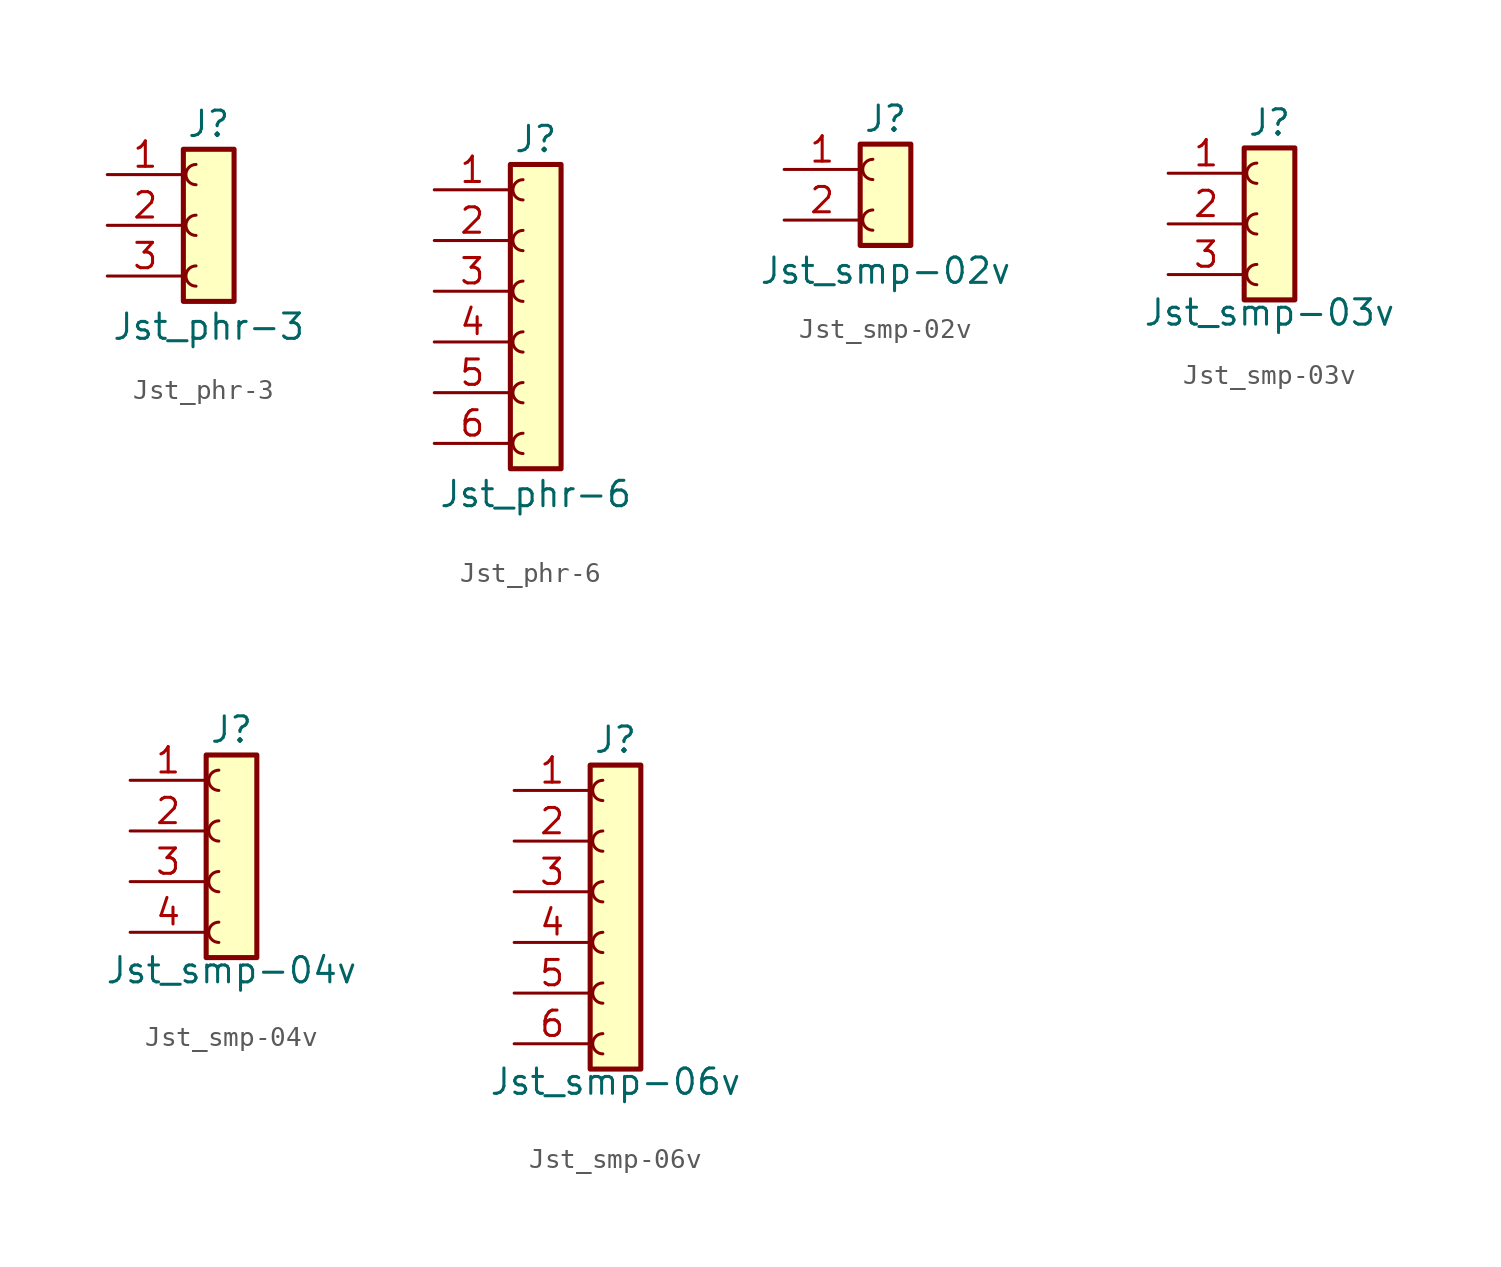
<source format=kicad_sym>
(kicad_symbol_lib
  (version 20211014)
  (generator kicad_symbol_editor)
  (symbol "Jst_phr-3"
    (pin_names
      (offset 1.016) hide)
    (property "Reference" "J"
      (at 0 5.08 0)
      (effects (font (size 1.27 1.27))))
    (property "Value" "Jst_phr-3"
      (at 0 -5.08 0)
      (effects (font (size 1.27 1.27))))
    (symbol "Jst_phr-3_1_1"
      (rectangle (start -1.27 3.81) (end 1.27 -3.81) (stroke (width 0.254) (type default) (color 0 0 0 0)) (fill (type background)))
      (arc (start -0.635 -2.032) (mid -1.143 -2.54) (end -0.635 -3.048) (stroke (width 0) (type default) (color 0 0 0 0)) (fill (type none)))
      (arc (start -0.635 0.508) (mid -1.143 0) (end -0.635 -0.508) (stroke (width 0) (type default) (color 0 0 0 0)) (fill (type none)))
      (arc (start -0.635 3.048) (mid -1.143 2.54) (end -0.635 2.032) (stroke (width 0) (type default) (color 0 0 0 0)) (fill (type none)))
      (pin passive line (at -5.08 2.54 0) (length 3.81) (name "Pin_1" (effects (font (size 1.27 1.27)))) (number "1" (effects (font (size 1.27 1.27)))))
      (pin passive line (at -5.08 0 0) (length 3.81) (name "Pin_2" (effects (font (size 1.27 1.27)))) (number "2" (effects (font (size 1.27 1.27)))))
      (pin passive line (at -5.08 -2.54 0) (length 3.81) (name "Pin_3" (effects (font (size 1.27 1.27)))) (number "3" (effects (font (size 1.27 1.27)))))))
  (symbol "Jst_phr-6"
    (pin_names
      (offset 1.016) hide)
    (property "Reference" "J"
      (at 0 8.89 0)
      (effects (font (size 1.27 1.27))))
    (property "Value" "Jst_phr-6"
      (at 0 -8.89 0)
      (effects (font (size 1.27 1.27))))
    (symbol "Jst_phr-6_1_1"
      (rectangle (start -1.27 7.62) (end 1.27 -7.62) (stroke (width 0.254) (type default) (color 0 0 0 0)) (fill (type background)))
      (arc (start -0.635 -5.842) (mid -1.143 -6.35) (end -0.635 -6.858) (stroke (width 0) (type default) (color 0 0 0 0)) (fill (type none)))
      (arc (start -0.635 -3.302) (mid -1.143 -3.81) (end -0.635 -4.318) (stroke (width 0) (type default) (color 0 0 0 0)) (fill (type none)))
      (arc (start -0.635 -0.762) (mid -1.143 -1.27) (end -0.635 -1.778) (stroke (width 0) (type default) (color 0 0 0 0)) (fill (type none)))
      (arc (start -0.635 1.778) (mid -1.143 1.27) (end -0.635 0.762) (stroke (width 0) (type default) (color 0 0 0 0)) (fill (type none)))
      (arc (start -0.635 4.318) (mid -1.143 3.81) (end -0.635 3.302) (stroke (width 0) (type default) (color 0 0 0 0)) (fill (type none)))
      (arc (start -0.635 6.858) (mid -1.143 6.35) (end -0.635 5.842) (stroke (width 0) (type default) (color 0 0 0 0)) (fill (type none)))
      (pin passive line (at -5.08 6.35 0) (length 3.81) (name "Pin_1" (effects (font (size 1.27 1.27)))) (number "1" (effects (font (size 1.27 1.27)))))
      (pin passive line (at -5.08 3.81 0) (length 3.81) (name "Pin_2" (effects (font (size 1.27 1.27)))) (number "2" (effects (font (size 1.27 1.27)))))
      (pin passive line (at -5.08 1.27 0) (length 3.81) (name "Pin_3" (effects (font (size 1.27 1.27)))) (number "3" (effects (font (size 1.27 1.27)))))
      (pin passive line (at -5.08 -1.27 0) (length 3.81) (name "Pin_4" (effects (font (size 1.27 1.27)))) (number "4" (effects (font (size 1.27 1.27)))))
      (pin passive line (at -5.08 -3.81 0) (length 3.81) (name "Pin_5" (effects (font (size 1.27 1.27)))) (number "5" (effects (font (size 1.27 1.27)))))
      (pin passive line (at -5.08 -6.35 0) (length 3.81) (name "Pin_6" (effects (font (size 1.27 1.27)))) (number "6" (effects (font (size 1.27 1.27)))))))
  (symbol "Jst_smp-02v"
    (pin_names
      (offset 1.016) hide)
    (property "Reference" "J"
      (at 0 5.08 0)
      (effects (font (size 1.27 1.27))))
    (property "Value" "Jst_smp-02v"
      (at 0 -2.54 0)
      (effects (font (size 1.27 1.27))))
    (symbol "Jst_smp-02v_1_1"
      (rectangle (start -1.27 3.81) (end 1.27 -1.27) (stroke (width 0.254) (type default) (color 0 0 0 0)) (fill (type background)))
      (arc (start -0.635 0.508) (mid -1.143 0) (end -0.635 -0.508) (stroke (width 0) (type default) (color 0 0 0 0)) (fill (type none)))
      (arc (start -0.635 3.048) (mid -1.143 2.54) (end -0.635 2.032) (stroke (width 0) (type default) (color 0 0 0 0)) (fill (type none)))
      (pin passive line (at -5.08 2.54 0) (length 3.81) (name "Pin_1" (effects (font (size 1.27 1.27)))) (number "1" (effects (font (size 1.27 1.27)))))
      (pin passive line (at -5.08 0 0) (length 3.81) (name "Pin_2" (effects (font (size 1.27 1.27)))) (number "2" (effects (font (size 1.27 1.27)))))))
  (symbol "Jst_smp-03v"
    (pin_names
      (offset 1.016) hide)
    (property "Reference" "J"
      (at 0 5.08 0)
      (effects (font (size 1.27 1.27))))
    (property "Value" "Jst_smp-03v"
      (at 0 -4.445 0)
      (effects (font (size 1.27 1.27))))
    (symbol "Jst_smp-03v_1_1"
      (rectangle (start -1.27 3.81) (end 1.27 -3.81) (stroke (width 0.254) (type default) (color 0 0 0 0)) (fill (type background)))
      (arc (start -0.635 -2.032) (mid -1.143 -2.54) (end -0.635 -3.048) (stroke (width 0) (type default) (color 0 0 0 0)) (fill (type none)))
      (arc (start -0.635 0.508) (mid -1.143 0) (end -0.635 -0.508) (stroke (width 0) (type default) (color 0 0 0 0)) (fill (type none)))
      (arc (start -0.635 3.048) (mid -1.143 2.54) (end -0.635 2.032) (stroke (width 0) (type default) (color 0 0 0 0)) (fill (type none)))
      (pin passive line (at -5.08 2.54 0) (length 3.81) (name "Pin_1" (effects (font (size 1.27 1.27)))) (number "1" (effects (font (size 1.27 1.27)))))
      (pin passive line (at -5.08 0 0) (length 3.81) (name "Pin_2" (effects (font (size 1.27 1.27)))) (number "2" (effects (font (size 1.27 1.27)))))
      (pin passive line (at -5.08 -2.54 0) (length 3.81) (name "Pin_3" (effects (font (size 1.27 1.27)))) (number "3" (effects (font (size 1.27 1.27)))))))
  (symbol "Jst_smp-04v"
    (pin_names
      (offset 1.016) hide)
    (property "Reference" "J"
      (at 0 6.35 0)
      (effects (font (size 1.27 1.27))))
    (property "Value" "Jst_smp-04v"
      (at 0 -5.715 0)
      (effects (font (size 1.27 1.27))))
    (symbol "Jst_smp-04v_1_1"
      (rectangle (start -1.27 5.08) (end 1.27 -5.08) (stroke (width 0.254) (type default) (color 0 0 0 0)) (fill (type background)))
      (arc (start -0.635 -3.302) (mid -1.143 -3.81) (end -0.635 -4.318) (stroke (width 0) (type default) (color 0 0 0 0)) (fill (type none)))
      (arc (start -0.635 -0.762) (mid -1.143 -1.27) (end -0.635 -1.778) (stroke (width 0) (type default) (color 0 0 0 0)) (fill (type none)))
      (arc (start -0.635 1.778) (mid -1.143 1.27) (end -0.635 0.762) (stroke (width 0) (type default) (color 0 0 0 0)) (fill (type none)))
      (arc (start -0.635 4.318) (mid -1.143 3.81) (end -0.635 3.302) (stroke (width 0) (type default) (color 0 0 0 0)) (fill (type none)))
      (pin passive line (at -5.08 3.81 0) (length 3.81) (name "Pin_1" (effects (font (size 1.27 1.27)))) (number "1" (effects (font (size 1.27 1.27)))))
      (pin passive line (at -5.08 1.27 0) (length 3.81) (name "Pin_2" (effects (font (size 1.27 1.27)))) (number "2" (effects (font (size 1.27 1.27)))))
      (pin passive line (at -5.08 -1.27 0) (length 3.81) (name "Pin_3" (effects (font (size 1.27 1.27)))) (number "3" (effects (font (size 1.27 1.27)))))
      (pin passive line (at -5.08 -3.81 0) (length 3.81) (name "Pin_4" (effects (font (size 1.27 1.27)))) (number "4" (effects (font (size 1.27 1.27)))))))
  (symbol "Jst_smp-06v"
    (pin_names
      (offset 1.016) hide)
    (property "Reference" "J"
      (at 0 8.89 0)
      (effects (font (size 1.27 1.27))))
    (property "Value" "Jst_smp-06v"
      (at 0 -8.255 0)
      (effects (font (size 1.27 1.27))))
    (symbol "Jst_smp-06v_1_1"
      (rectangle (start -1.27 7.62) (end 1.27 -7.62) (stroke (width 0.254) (type default) (color 0 0 0 0)) (fill (type background)))
      (arc (start -0.635 -5.842) (mid -1.143 -6.35) (end -0.635 -6.858) (stroke (width 0) (type default) (color 0 0 0 0)) (fill (type none)))
      (arc (start -0.635 -3.302) (mid -1.143 -3.81) (end -0.635 -4.318) (stroke (width 0) (type default) (color 0 0 0 0)) (fill (type none)))
      (arc (start -0.635 -0.762) (mid -1.143 -1.27) (end -0.635 -1.778) (stroke (width 0) (type default) (color 0 0 0 0)) (fill (type none)))
      (arc (start -0.635 1.778) (mid -1.143 1.27) (end -0.635 0.762) (stroke (width 0) (type default) (color 0 0 0 0)) (fill (type none)))
      (arc (start -0.635 4.318) (mid -1.143 3.81) (end -0.635 3.302) (stroke (width 0) (type default) (color 0 0 0 0)) (fill (type none)))
      (arc (start -0.635 6.858) (mid -1.143 6.35) (end -0.635 5.842) (stroke (width 0) (type default) (color 0 0 0 0)) (fill (type none)))
      (pin passive line (at -5.08 6.35 0) (length 3.81) (name "Pin_1" (effects (font (size 1.27 1.27)))) (number "1" (effects (font (size 1.27 1.27)))))
      (pin passive line (at -5.08 3.81 0) (length 3.81) (name "Pin_2" (effects (font (size 1.27 1.27)))) (number "2" (effects (font (size 1.27 1.27)))))
      (pin passive line (at -5.08 1.27 0) (length 3.81) (name "Pin_3" (effects (font (size 1.27 1.27)))) (number "3" (effects (font (size 1.27 1.27)))))
      (pin passive line (at -5.08 -1.27 0) (length 3.81) (name "Pin_4" (effects (font (size 1.27 1.27)))) (number "4" (effects (font (size 1.27 1.27)))))
      (pin passive line (at -5.08 -3.81 0) (length 3.81) (name "Pin_5" (effects (font (size 1.27 1.27)))) (number "5" (effects (font (size 1.27 1.27)))))
      (pin passive line (at -5.08 -6.35 0) (length 3.81) (name "Pin_6" (effects (font (size 1.27 1.27)))) (number "6" (effects (font (size 1.27 1.27))))))))
</source>
